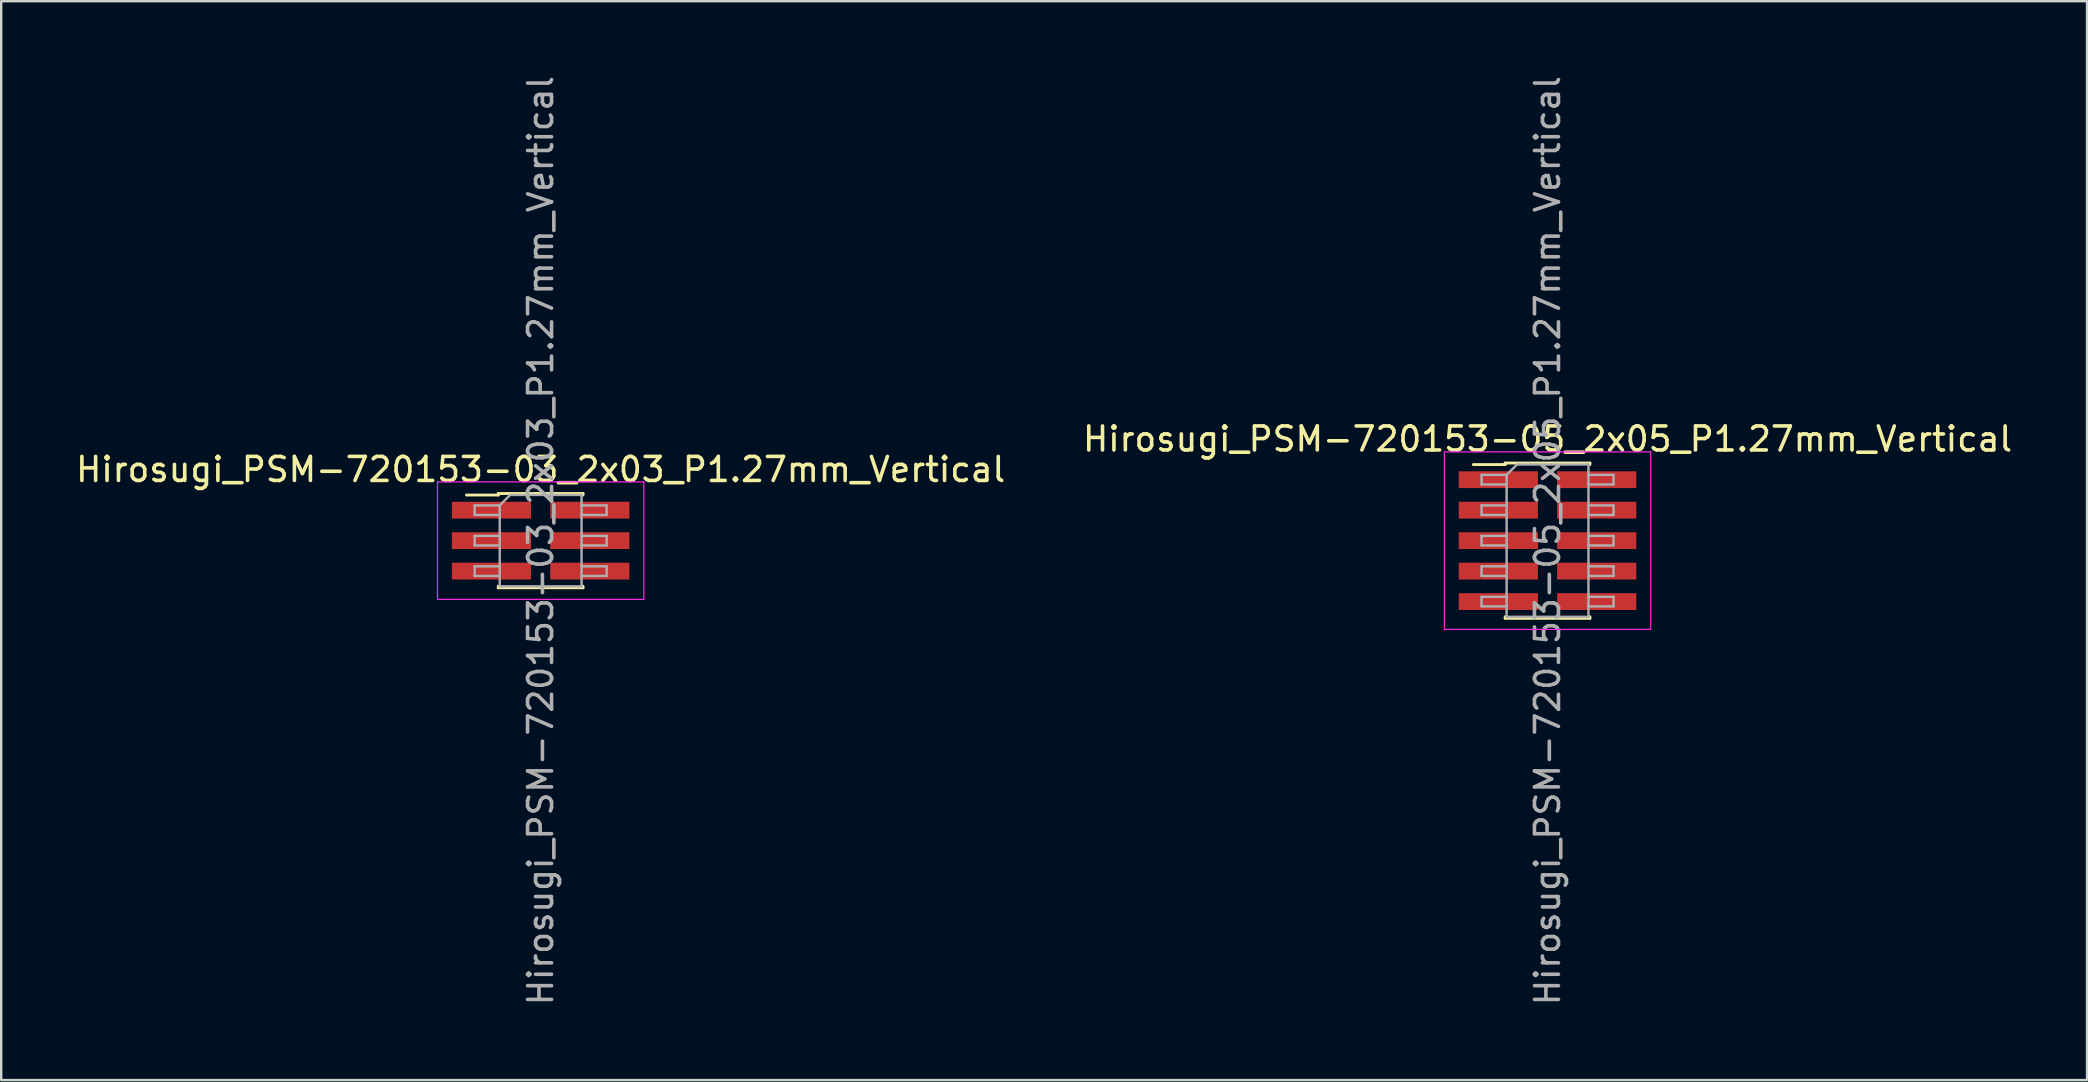
<source format=kicad_pcb>
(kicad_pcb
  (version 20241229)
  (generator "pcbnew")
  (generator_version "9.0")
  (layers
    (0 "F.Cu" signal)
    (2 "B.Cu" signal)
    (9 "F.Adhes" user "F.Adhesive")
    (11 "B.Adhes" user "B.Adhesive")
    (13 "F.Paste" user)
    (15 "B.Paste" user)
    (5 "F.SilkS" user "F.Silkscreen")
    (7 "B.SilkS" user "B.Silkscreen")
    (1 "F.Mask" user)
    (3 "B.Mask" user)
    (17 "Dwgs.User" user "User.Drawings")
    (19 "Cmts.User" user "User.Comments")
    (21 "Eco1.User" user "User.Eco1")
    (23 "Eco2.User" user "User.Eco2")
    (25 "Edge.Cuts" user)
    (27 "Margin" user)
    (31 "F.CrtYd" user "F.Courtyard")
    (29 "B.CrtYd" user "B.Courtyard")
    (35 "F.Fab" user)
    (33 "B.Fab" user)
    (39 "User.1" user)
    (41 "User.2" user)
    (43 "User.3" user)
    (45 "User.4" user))
  (footprint "Hirosugi_PSM-720153-03_2x03_P1.27mm_Vertical"
    (layer "F.Cu")
    (at 19.482 19.482)
    (property "Reference" "Hirosugi_PSM-720153-03_2x03_P1.27mm_Vertical" (at 0 -2.965 0) (layer "F.SilkS") (effects (font (size 1 1) (thickness 0.15))))
    (attr smd)
    (fp_line (start -3.09 -1.9) (end -1.765 -1.9) (stroke (width 0.12) (type solid)) (layer "F.SilkS"))
    (fp_line (start -1.765 -1.965) (end -1.765 -1.9) (stroke (width 0.12) (type solid)) (layer "F.SilkS"))
    (fp_line (start -1.765 -1.965) (end 1.765 -1.965) (stroke (width 0.12) (type solid)) (layer "F.SilkS"))
    (fp_line (start -1.765 1.9) (end -1.765 1.965) (stroke (width 0.12) (type solid)) (layer "F.SilkS"))
    (fp_line (start -1.765 1.965) (end 1.765 1.965) (stroke (width 0.12) (type solid)) (layer "F.SilkS"))
    (fp_line (start 1.765 -1.965) (end 1.765 -1.9) (stroke (width 0.12) (type solid)) (layer "F.SilkS"))
    (fp_line (start 1.765 1.9) (end 1.765 1.965) (stroke (width 0.12) (type solid)) (layer "F.SilkS"))
    (fp_line (start -4.3 -2.45) (end -4.3 2.45) (stroke (width 0.05) (type solid)) (layer "F.CrtYd"))
    (fp_line (start -4.3 2.45) (end 4.3 2.45) (stroke (width 0.05) (type solid)) (layer "F.CrtYd"))
    (fp_line (start 4.3 -2.45) (end -4.3 -2.45) (stroke (width 0.05) (type solid)) (layer "F.CrtYd"))
    (fp_line (start 4.3 2.45) (end 4.3 -2.45) (stroke (width 0.05) (type solid)) (layer "F.CrtYd"))
    (fp_line (start -2.75 -1.47) (end -2.75 -1.07) (stroke (width 0.1) (type solid)) (layer "F.Fab"))
    (fp_line (start -2.75 -1.07) (end -1.705 -1.07) (stroke (width 0.1) (type solid)) (layer "F.Fab"))
    (fp_line (start -2.75 -0.2) (end -2.75 0.2) (stroke (width 0.1) (type solid)) (layer "F.Fab"))
    (fp_line (start -2.75 0.2) (end -1.705 0.2) (stroke (width 0.1) (type solid)) (layer "F.Fab"))
    (fp_line (start -2.75 1.07) (end -2.75 1.47) (stroke (width 0.1) (type solid)) (layer "F.Fab"))
    (fp_line (start -2.75 1.47) (end -1.705 1.47) (stroke (width 0.1) (type solid)) (layer "F.Fab"))
    (fp_line (start -1.705 -1.47) (end -2.75 -1.47) (stroke (width 0.1) (type solid)) (layer "F.Fab"))
    (fp_line (start -1.705 -1.47) (end -1.27 -1.905) (stroke (width 0.1) (type solid)) (layer "F.Fab"))
    (fp_line (start -1.705 -0.2) (end -2.75 -0.2) (stroke (width 0.1) (type solid)) (layer "F.Fab"))
    (fp_line (start -1.705 1.07) (end -2.75 1.07) (stroke (width 0.1) (type solid)) (layer "F.Fab"))
    (fp_line (start -1.705 1.905) (end -1.705 -1.47) (stroke (width 0.1) (type solid)) (layer "F.Fab"))
    (fp_line (start -1.27 -1.905) (end 1.705 -1.905) (stroke (width 0.1) (type solid)) (layer "F.Fab"))
    (fp_line (start 1.705 -1.905) (end 1.705 1.905) (stroke (width 0.1) (type solid)) (layer "F.Fab"))
    (fp_line (start 1.705 -1.47) (end 2.75 -1.47) (stroke (width 0.1) (type solid)) (layer "F.Fab"))
    (fp_line (start 1.705 -0.2) (end 2.75 -0.2) (stroke (width 0.1) (type solid)) (layer "F.Fab"))
    (fp_line (start 1.705 1.07) (end 2.75 1.07) (stroke (width 0.1) (type solid)) (layer "F.Fab"))
    (fp_line (start 1.705 1.905) (end -1.705 1.905) (stroke (width 0.1) (type solid)) (layer "F.Fab"))
    (fp_line (start 2.75 -1.47) (end 2.75 -1.07) (stroke (width 0.1) (type solid)) (layer "F.Fab"))
    (fp_line (start 2.75 -1.07) (end 1.705 -1.07) (stroke (width 0.1) (type solid)) (layer "F.Fab"))
    (fp_line (start 2.75 -0.2) (end 2.75 0.2) (stroke (width 0.1) (type solid)) (layer "F.Fab"))
    (fp_line (start 2.75 0.2) (end 1.705 0.2) (stroke (width 0.1) (type solid)) (layer "F.Fab"))
    (fp_line (start 2.75 1.07) (end 2.75 1.47) (stroke (width 0.1) (type solid)) (layer "F.Fab"))
    (fp_line (start 2.75 1.47) (end 1.705 1.47) (stroke (width 0.1) (type solid)) (layer "F.Fab"))
    (fp_text user "${REFERENCE}" (at 0 0 90) (layer "F.Fab") (effects (font (size 1 1) (thickness 0.15))))
    (pad "1" smd rect (at -2.05 -1.27) (size 3.3 0.7) (layers "F.Cu" "F.Mask" "F.Paste"))
    (pad "2" smd rect (at 2.05 -1.27) (size 3.3 0.7) (layers "F.Cu" "F.Mask" "F.Paste"))
    (pad "3" smd rect (at -2.05 0) (size 3.3 0.7) (layers "F.Cu" "F.Mask" "F.Paste"))
    (pad "4" smd rect (at 2.05 0) (size 3.3 0.7) (layers "F.Cu" "F.Mask" "F.Paste"))
    (pad "5" smd rect (at -2.05 1.27) (size 3.3 0.7) (layers "F.Cu" "F.Mask" "F.Paste"))
    (pad "6" smd rect (at 2.05 1.27) (size 3.3 0.7) (layers "F.Cu" "F.Mask" "F.Paste")))
  (footprint "Hirosugi_PSM-720153-05_2x05_P1.27mm_Vertical"
    (layer "F.Cu")
    (at 61.446 19.482)
    (property "Reference" "Hirosugi_PSM-720153-05_2x05_P1.27mm_Vertical" (at 0 -4.235 0) (layer "F.SilkS") (effects (font (size 1 1) (thickness 0.15))))
    (attr smd)
    (fp_line (start -3.09 -3.17) (end -1.765 -3.17) (stroke (width 0.12) (type solid)) (layer "F.SilkS"))
    (fp_line (start -1.765 -3.235) (end -1.765 -3.17) (stroke (width 0.12) (type solid)) (layer "F.SilkS"))
    (fp_line (start -1.765 -3.235) (end 1.765 -3.235) (stroke (width 0.12) (type solid)) (layer "F.SilkS"))
    (fp_line (start -1.765 3.17) (end -1.765 3.235) (stroke (width 0.12) (type solid)) (layer "F.SilkS"))
    (fp_line (start -1.765 3.235) (end 1.765 3.235) (stroke (width 0.12) (type solid)) (layer "F.SilkS"))
    (fp_line (start 1.765 -3.235) (end 1.765 -3.17) (stroke (width 0.12) (type solid)) (layer "F.SilkS"))
    (fp_line (start 1.765 3.17) (end 1.765 3.235) (stroke (width 0.12) (type solid)) (layer "F.SilkS"))
    (fp_line (start -4.3 -3.7) (end -4.3 3.7) (stroke (width 0.05) (type solid)) (layer "F.CrtYd"))
    (fp_line (start -4.3 3.7) (end 4.3 3.7) (stroke (width 0.05) (type solid)) (layer "F.CrtYd"))
    (fp_line (start 4.3 -3.7) (end -4.3 -3.7) (stroke (width 0.05) (type solid)) (layer "F.CrtYd"))
    (fp_line (start 4.3 3.7) (end 4.3 -3.7) (stroke (width 0.05) (type solid)) (layer "F.CrtYd"))
    (fp_line (start -2.75 -2.74) (end -2.75 -2.34) (stroke (width 0.1) (type solid)) (layer "F.Fab"))
    (fp_line (start -2.75 -2.34) (end -1.705 -2.34) (stroke (width 0.1) (type solid)) (layer "F.Fab"))
    (fp_line (start -2.75 -1.47) (end -2.75 -1.07) (stroke (width 0.1) (type solid)) (layer "F.Fab"))
    (fp_line (start -2.75 -1.07) (end -1.705 -1.07) (stroke (width 0.1) (type solid)) (layer "F.Fab"))
    (fp_line (start -2.75 -0.2) (end -2.75 0.2) (stroke (width 0.1) (type solid)) (layer "F.Fab"))
    (fp_line (start -2.75 0.2) (end -1.705 0.2) (stroke (width 0.1) (type solid)) (layer "F.Fab"))
    (fp_line (start -2.75 1.07) (end -2.75 1.47) (stroke (width 0.1) (type solid)) (layer "F.Fab"))
    (fp_line (start -2.75 1.47) (end -1.705 1.47) (stroke (width 0.1) (type solid)) (layer "F.Fab"))
    (fp_line (start -2.75 2.34) (end -2.75 2.74) (stroke (width 0.1) (type solid)) (layer "F.Fab"))
    (fp_line (start -2.75 2.74) (end -1.705 2.74) (stroke (width 0.1) (type solid)) (layer "F.Fab"))
    (fp_line (start -1.705 -2.74) (end -2.75 -2.74) (stroke (width 0.1) (type solid)) (layer "F.Fab"))
    (fp_line (start -1.705 -2.74) (end -1.27 -3.175) (stroke (width 0.1) (type solid)) (layer "F.Fab"))
    (fp_line (start -1.705 -1.47) (end -2.75 -1.47) (stroke (width 0.1) (type solid)) (layer "F.Fab"))
    (fp_line (start -1.705 -0.2) (end -2.75 -0.2) (stroke (width 0.1) (type solid)) (layer "F.Fab"))
    (fp_line (start -1.705 1.07) (end -2.75 1.07) (stroke (width 0.1) (type solid)) (layer "F.Fab"))
    (fp_line (start -1.705 2.34) (end -2.75 2.34) (stroke (width 0.1) (type solid)) (layer "F.Fab"))
    (fp_line (start -1.705 3.175) (end -1.705 -2.74) (stroke (width 0.1) (type solid)) (layer "F.Fab"))
    (fp_line (start -1.27 -3.175) (end 1.705 -3.175) (stroke (width 0.1) (type solid)) (layer "F.Fab"))
    (fp_line (start 1.705 -3.175) (end 1.705 3.175) (stroke (width 0.1) (type solid)) (layer "F.Fab"))
    (fp_line (start 1.705 -2.74) (end 2.75 -2.74) (stroke (width 0.1) (type solid)) (layer "F.Fab"))
    (fp_line (start 1.705 -1.47) (end 2.75 -1.47) (stroke (width 0.1) (type solid)) (layer "F.Fab"))
    (fp_line (start 1.705 -0.2) (end 2.75 -0.2) (stroke (width 0.1) (type solid)) (layer "F.Fab"))
    (fp_line (start 1.705 1.07) (end 2.75 1.07) (stroke (width 0.1) (type solid)) (layer "F.Fab"))
    (fp_line (start 1.705 2.34) (end 2.75 2.34) (stroke (width 0.1) (type solid)) (layer "F.Fab"))
    (fp_line (start 1.705 3.175) (end -1.705 3.175) (stroke (width 0.1) (type solid)) (layer "F.Fab"))
    (fp_line (start 2.75 -2.74) (end 2.75 -2.34) (stroke (width 0.1) (type solid)) (layer "F.Fab"))
    (fp_line (start 2.75 -2.34) (end 1.705 -2.34) (stroke (width 0.1) (type solid)) (layer "F.Fab"))
    (fp_line (start 2.75 -1.47) (end 2.75 -1.07) (stroke (width 0.1) (type solid)) (layer "F.Fab"))
    (fp_line (start 2.75 -1.07) (end 1.705 -1.07) (stroke (width 0.1) (type solid)) (layer "F.Fab"))
    (fp_line (start 2.75 -0.2) (end 2.75 0.2) (stroke (width 0.1) (type solid)) (layer "F.Fab"))
    (fp_line (start 2.75 0.2) (end 1.705 0.2) (stroke (width 0.1) (type solid)) (layer "F.Fab"))
    (fp_line (start 2.75 1.07) (end 2.75 1.47) (stroke (width 0.1) (type solid)) (layer "F.Fab"))
    (fp_line (start 2.75 1.47) (end 1.705 1.47) (stroke (width 0.1) (type solid)) (layer "F.Fab"))
    (fp_line (start 2.75 2.34) (end 2.75 2.74) (stroke (width 0.1) (type solid)) (layer "F.Fab"))
    (fp_line (start 2.75 2.74) (end 1.705 2.74) (stroke (width 0.1) (type solid)) (layer "F.Fab"))
    (fp_text user "${REFERENCE}" (at 0 0 90) (layer "F.Fab") (effects (font (size 1 1) (thickness 0.15))))
    (pad "1" smd rect (at -2.05 -2.54) (size 3.3 0.7) (layers "F.Cu" "F.Mask" "F.Paste"))
    (pad "2" smd rect (at 2.05 -2.54) (size 3.3 0.7) (layers "F.Cu" "F.Mask" "F.Paste"))
    (pad "3" smd rect (at -2.05 -1.27) (size 3.3 0.7) (layers "F.Cu" "F.Mask" "F.Paste"))
    (pad "4" smd rect (at 2.05 -1.27) (size 3.3 0.7) (layers "F.Cu" "F.Mask" "F.Paste"))
    (pad "5" smd rect (at -2.05 0) (size 3.3 0.7) (layers "F.Cu" "F.Mask" "F.Paste"))
    (pad "6" smd rect (at 2.05 0) (size 3.3 0.7) (layers "F.Cu" "F.Mask" "F.Paste"))
    (pad "7" smd rect (at -2.05 1.27) (size 3.3 0.7) (layers "F.Cu" "F.Mask" "F.Paste"))
    (pad "8" smd rect (at 2.05 1.27) (size 3.3 0.7) (layers "F.Cu" "F.Mask" "F.Paste"))
    (pad "9" smd rect (at -2.05 2.54) (size 3.3 0.7) (layers "F.Cu" "F.Mask" "F.Paste"))
    (pad "10" smd rect (at 2.05 2.54) (size 3.3 0.7) (layers "F.Cu" "F.Mask" "F.Paste")))
  (gr_rect
    (start -3 -3)
    (end 83.929 41.964)
    (stroke (width 0.1) (type default))
    (fill no)
    (layer "Edge.Cuts")))
</source>
